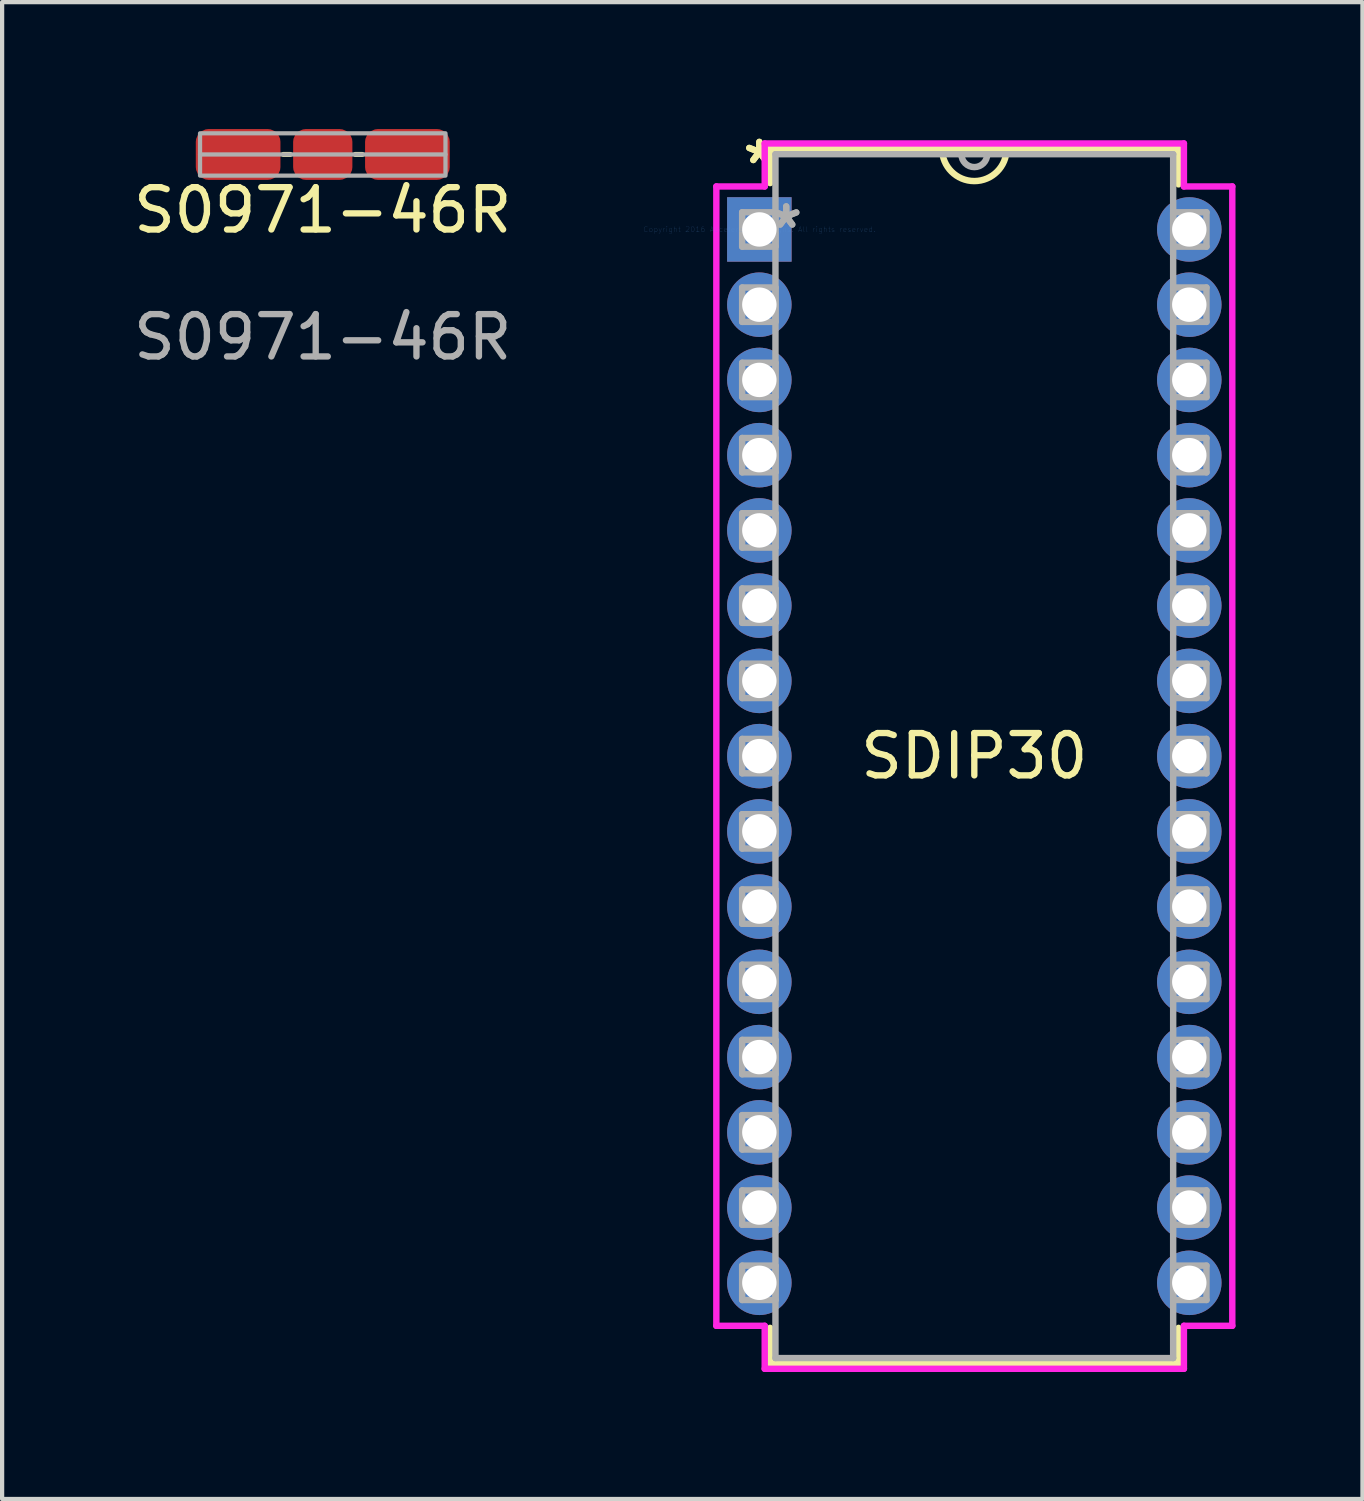
<source format=kicad_pcb>
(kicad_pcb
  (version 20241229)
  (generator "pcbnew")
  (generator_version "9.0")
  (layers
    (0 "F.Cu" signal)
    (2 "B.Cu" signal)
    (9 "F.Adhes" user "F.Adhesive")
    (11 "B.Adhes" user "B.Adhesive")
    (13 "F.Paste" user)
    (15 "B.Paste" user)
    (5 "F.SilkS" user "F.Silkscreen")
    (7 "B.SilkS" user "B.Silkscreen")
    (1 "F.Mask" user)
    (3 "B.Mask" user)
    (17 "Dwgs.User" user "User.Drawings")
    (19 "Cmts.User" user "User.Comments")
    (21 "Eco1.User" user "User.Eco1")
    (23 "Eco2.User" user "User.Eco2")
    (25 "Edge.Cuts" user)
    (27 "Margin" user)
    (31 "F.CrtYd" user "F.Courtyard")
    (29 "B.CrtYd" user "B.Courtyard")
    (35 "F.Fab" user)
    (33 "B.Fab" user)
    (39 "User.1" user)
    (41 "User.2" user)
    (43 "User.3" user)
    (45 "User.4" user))
  (footprint "SDIP30"
    (layer "F.Cu")
    (at 14.894 2.372)
    (property "Reference" "SDIP30" (at 5.08 12.446 0) (layer "F.SilkS") (effects (font (size 1 1) (thickness 0.15))))
    (attr through_hole)
    (fp_line (start 0.254 -1.905) (end 0.254 -1.095) (stroke (width 0.152) (type solid)) (layer "F.SilkS"))
    (fp_line (start 0.254 25.957) (end 0.254 26.797) (stroke (width 0.152) (type solid)) (layer "F.SilkS"))
    (fp_line (start 0.254 26.797) (end 9.906 26.797) (stroke (width 0.152) (type solid)) (layer "F.SilkS"))
    (fp_line (start 9.906 -1.905) (end 0.254 -1.905) (stroke (width 0.152) (type solid)) (layer "F.SilkS"))
    (fp_line (start 9.906 -1.065) (end 9.906 -1.905) (stroke (width 0.152) (type solid)) (layer "F.SilkS"))
    (fp_line (start 9.906 26.797) (end 9.906 25.957) (stroke (width 0.152) (type solid)) (layer "F.SilkS"))
    (fp_arc (start 5.842 -1.905) (mid 5.08 -1.143) (end 4.318 -1.905) (stroke (width 0.1524) (type solid)) (layer "F.SilkS"))
    (fp_line (start -1.016 -1.016) (end -1.016 25.908) (stroke (width 0.152) (type solid)) (layer "F.CrtYd"))
    (fp_line (start -1.016 25.908) (end 0.127 25.908) (stroke (width 0.152) (type solid)) (layer "F.CrtYd"))
    (fp_line (start 0.127 -2.032) (end 0.127 -1.016) (stroke (width 0.152) (type solid)) (layer "F.CrtYd"))
    (fp_line (start 0.127 -1.016) (end -1.016 -1.016) (stroke (width 0.152) (type solid)) (layer "F.CrtYd"))
    (fp_line (start 0.127 25.908) (end 0.127 26.924) (stroke (width 0.152) (type solid)) (layer "F.CrtYd"))
    (fp_line (start 0.127 26.924) (end 10.033 26.924) (stroke (width 0.152) (type solid)) (layer "F.CrtYd"))
    (fp_line (start 10.033 -2.032) (end 0.127 -2.032) (stroke (width 0.152) (type solid)) (layer "F.CrtYd"))
    (fp_line (start 10.033 -1.016) (end 10.033 -2.032) (stroke (width 0.152) (type solid)) (layer "F.CrtYd"))
    (fp_line (start 10.033 25.908) (end 11.176 25.908) (stroke (width 0.152) (type solid)) (layer "F.CrtYd"))
    (fp_line (start 10.033 26.924) (end 10.033 25.908) (stroke (width 0.152) (type solid)) (layer "F.CrtYd"))
    (fp_line (start 11.176 -1.016) (end 10.033 -1.016) (stroke (width 0.152) (type solid)) (layer "F.CrtYd"))
    (fp_line (start 11.176 25.908) (end 11.176 -1.016) (stroke (width 0.152) (type solid)) (layer "F.CrtYd"))
    (fp_line (start -0.406 -0.406) (end -0.406 0.406) (stroke (width 0.152) (type solid)) (layer "F.Fab"))
    (fp_line (start -0.406 0.406) (end 0.381 0.406) (stroke (width 0.152) (type solid)) (layer "F.Fab"))
    (fp_line (start -0.406 1.372) (end -0.406 2.184) (stroke (width 0.152) (type solid)) (layer "F.Fab"))
    (fp_line (start -0.406 2.184) (end 0.381 2.184) (stroke (width 0.152) (type solid)) (layer "F.Fab"))
    (fp_line (start -0.406 3.15) (end -0.406 3.962) (stroke (width 0.152) (type solid)) (layer "F.Fab"))
    (fp_line (start -0.406 3.962) (end 0.381 3.962) (stroke (width 0.152) (type solid)) (layer "F.Fab"))
    (fp_line (start -0.406 4.928) (end -0.406 5.74) (stroke (width 0.152) (type solid)) (layer "F.Fab"))
    (fp_line (start -0.406 5.74) (end 0.381 5.74) (stroke (width 0.152) (type solid)) (layer "F.Fab"))
    (fp_line (start -0.406 6.706) (end -0.406 7.518) (stroke (width 0.152) (type solid)) (layer "F.Fab"))
    (fp_line (start -0.406 7.518) (end 0.381 7.518) (stroke (width 0.152) (type solid)) (layer "F.Fab"))
    (fp_line (start -0.406 8.484) (end -0.406 9.296) (stroke (width 0.152) (type solid)) (layer "F.Fab"))
    (fp_line (start -0.406 9.296) (end 0.381 9.296) (stroke (width 0.152) (type solid)) (layer "F.Fab"))
    (fp_line (start -0.406 10.262) (end -0.406 11.074) (stroke (width 0.152) (type solid)) (layer "F.Fab"))
    (fp_line (start -0.406 11.074) (end 0.381 11.074) (stroke (width 0.152) (type solid)) (layer "F.Fab"))
    (fp_line (start -0.406 12.04) (end -0.406 12.852) (stroke (width 0.152) (type solid)) (layer "F.Fab"))
    (fp_line (start -0.406 12.852) (end 0.381 12.852) (stroke (width 0.152) (type solid)) (layer "F.Fab"))
    (fp_line (start -0.406 13.818) (end -0.406 14.63) (stroke (width 0.152) (type solid)) (layer "F.Fab"))
    (fp_line (start -0.406 14.63) (end 0.381 14.63) (stroke (width 0.152) (type solid)) (layer "F.Fab"))
    (fp_line (start -0.406 15.596) (end -0.406 16.408) (stroke (width 0.152) (type solid)) (layer "F.Fab"))
    (fp_line (start -0.406 16.408) (end 0.381 16.408) (stroke (width 0.152) (type solid)) (layer "F.Fab"))
    (fp_line (start -0.406 17.374) (end -0.406 18.186) (stroke (width 0.152) (type solid)) (layer "F.Fab"))
    (fp_line (start -0.406 18.186) (end 0.381 18.186) (stroke (width 0.152) (type solid)) (layer "F.Fab"))
    (fp_line (start -0.406 19.152) (end -0.406 19.964) (stroke (width 0.152) (type solid)) (layer "F.Fab"))
    (fp_line (start -0.406 19.964) (end 0.381 19.964) (stroke (width 0.152) (type solid)) (layer "F.Fab"))
    (fp_line (start -0.406 20.93) (end -0.406 21.742) (stroke (width 0.152) (type solid)) (layer "F.Fab"))
    (fp_line (start -0.406 21.742) (end 0.381 21.742) (stroke (width 0.152) (type solid)) (layer "F.Fab"))
    (fp_line (start -0.406 22.708) (end -0.406 23.52) (stroke (width 0.152) (type solid)) (layer "F.Fab"))
    (fp_line (start -0.406 23.52) (end 0.381 23.52) (stroke (width 0.152) (type solid)) (layer "F.Fab"))
    (fp_line (start -0.406 24.486) (end -0.406 25.298) (stroke (width 0.152) (type solid)) (layer "F.Fab"))
    (fp_line (start -0.406 25.298) (end 0.381 25.298) (stroke (width 0.152) (type solid)) (layer "F.Fab"))
    (fp_line (start 0.381 -1.778) (end 0.381 26.67) (stroke (width 0.152) (type solid)) (layer "F.Fab"))
    (fp_line (start 0.381 -0.406) (end -0.406 -0.406) (stroke (width 0.152) (type solid)) (layer "F.Fab"))
    (fp_line (start 0.381 0.406) (end 0.381 -0.406) (stroke (width 0.152) (type solid)) (layer "F.Fab"))
    (fp_line (start 0.381 1.372) (end -0.406 1.372) (stroke (width 0.152) (type solid)) (layer "F.Fab"))
    (fp_line (start 0.381 2.184) (end 0.381 1.372) (stroke (width 0.152) (type solid)) (layer "F.Fab"))
    (fp_line (start 0.381 3.15) (end -0.406 3.15) (stroke (width 0.152) (type solid)) (layer "F.Fab"))
    (fp_line (start 0.381 3.962) (end 0.381 3.15) (stroke (width 0.152) (type solid)) (layer "F.Fab"))
    (fp_line (start 0.381 4.928) (end -0.406 4.928) (stroke (width 0.152) (type solid)) (layer "F.Fab"))
    (fp_line (start 0.381 5.74) (end 0.381 4.928) (stroke (width 0.152) (type solid)) (layer "F.Fab"))
    (fp_line (start 0.381 6.706) (end -0.406 6.706) (stroke (width 0.152) (type solid)) (layer "F.Fab"))
    (fp_line (start 0.381 7.518) (end 0.381 6.706) (stroke (width 0.152) (type solid)) (layer "F.Fab"))
    (fp_line (start 0.381 8.484) (end -0.406 8.484) (stroke (width 0.152) (type solid)) (layer "F.Fab"))
    (fp_line (start 0.381 9.296) (end 0.381 8.484) (stroke (width 0.152) (type solid)) (layer "F.Fab"))
    (fp_line (start 0.381 10.262) (end -0.406 10.262) (stroke (width 0.152) (type solid)) (layer "F.Fab"))
    (fp_line (start 0.381 11.074) (end 0.381 10.262) (stroke (width 0.152) (type solid)) (layer "F.Fab"))
    (fp_line (start 0.381 12.04) (end -0.406 12.04) (stroke (width 0.152) (type solid)) (layer "F.Fab"))
    (fp_line (start 0.381 12.852) (end 0.381 12.04) (stroke (width 0.152) (type solid)) (layer "F.Fab"))
    (fp_line (start 0.381 13.818) (end -0.406 13.818) (stroke (width 0.152) (type solid)) (layer "F.Fab"))
    (fp_line (start 0.381 14.63) (end 0.381 13.818) (stroke (width 0.152) (type solid)) (layer "F.Fab"))
    (fp_line (start 0.381 15.596) (end -0.406 15.596) (stroke (width 0.152) (type solid)) (layer "F.Fab"))
    (fp_line (start 0.381 16.408) (end 0.381 15.596) (stroke (width 0.152) (type solid)) (layer "F.Fab"))
    (fp_line (start 0.381 17.374) (end -0.406 17.374) (stroke (width 0.152) (type solid)) (layer "F.Fab"))
    (fp_line (start 0.381 18.186) (end 0.381 17.374) (stroke (width 0.152) (type solid)) (layer "F.Fab"))
    (fp_line (start 0.381 19.152) (end -0.406 19.152) (stroke (width 0.152) (type solid)) (layer "F.Fab"))
    (fp_line (start 0.381 19.964) (end 0.381 19.152) (stroke (width 0.152) (type solid)) (layer "F.Fab"))
    (fp_line (start 0.381 20.93) (end -0.406 20.93) (stroke (width 0.152) (type solid)) (layer "F.Fab"))
    (fp_line (start 0.381 21.742) (end 0.381 20.93) (stroke (width 0.152) (type solid)) (layer "F.Fab"))
    (fp_line (start 0.381 22.708) (end -0.406 22.708) (stroke (width 0.152) (type solid)) (layer "F.Fab"))
    (fp_line (start 0.381 23.52) (end 0.381 22.708) (stroke (width 0.152) (type solid)) (layer "F.Fab"))
    (fp_line (start 0.381 24.486) (end -0.406 24.486) (stroke (width 0.152) (type solid)) (layer "F.Fab"))
    (fp_line (start 0.381 25.298) (end 0.381 24.486) (stroke (width 0.152) (type solid)) (layer "F.Fab"))
    (fp_line (start 0.381 26.67) (end 9.779 26.67) (stroke (width 0.152) (type solid)) (layer "F.Fab"))
    (fp_line (start 9.779 -1.778) (end 0.381 -1.778) (stroke (width 0.152) (type solid)) (layer "F.Fab"))
    (fp_line (start 9.779 -0.406) (end 9.779 0.406) (stroke (width 0.152) (type solid)) (layer "F.Fab"))
    (fp_line (start 9.779 0.406) (end 10.566 0.406) (stroke (width 0.152) (type solid)) (layer "F.Fab"))
    (fp_line (start 9.779 1.372) (end 9.779 2.184) (stroke (width 0.152) (type solid)) (layer "F.Fab"))
    (fp_line (start 9.779 2.184) (end 10.566 2.184) (stroke (width 0.152) (type solid)) (layer "F.Fab"))
    (fp_line (start 9.779 3.15) (end 9.779 3.962) (stroke (width 0.152) (type solid)) (layer "F.Fab"))
    (fp_line (start 9.779 3.962) (end 10.566 3.962) (stroke (width 0.152) (type solid)) (layer "F.Fab"))
    (fp_line (start 9.779 4.928) (end 9.779 5.74) (stroke (width 0.152) (type solid)) (layer "F.Fab"))
    (fp_line (start 9.779 5.74) (end 10.566 5.74) (stroke (width 0.152) (type solid)) (layer "F.Fab"))
    (fp_line (start 9.779 6.706) (end 9.779 7.518) (stroke (width 0.152) (type solid)) (layer "F.Fab"))
    (fp_line (start 9.779 7.518) (end 10.566 7.518) (stroke (width 0.152) (type solid)) (layer "F.Fab"))
    (fp_line (start 9.779 8.484) (end 9.779 9.296) (stroke (width 0.152) (type solid)) (layer "F.Fab"))
    (fp_line (start 9.779 9.296) (end 10.566 9.296) (stroke (width 0.152) (type solid)) (layer "F.Fab"))
    (fp_line (start 9.779 10.262) (end 9.779 11.074) (stroke (width 0.152) (type solid)) (layer "F.Fab"))
    (fp_line (start 9.779 11.074) (end 10.566 11.074) (stroke (width 0.152) (type solid)) (layer "F.Fab"))
    (fp_line (start 9.779 12.04) (end 9.779 12.852) (stroke (width 0.152) (type solid)) (layer "F.Fab"))
    (fp_line (start 9.779 12.852) (end 10.566 12.852) (stroke (width 0.152) (type solid)) (layer "F.Fab"))
    (fp_line (start 9.779 13.818) (end 9.779 14.63) (stroke (width 0.152) (type solid)) (layer "F.Fab"))
    (fp_line (start 9.779 14.63) (end 10.566 14.63) (stroke (width 0.152) (type solid)) (layer "F.Fab"))
    (fp_line (start 9.779 15.596) (end 9.779 16.408) (stroke (width 0.152) (type solid)) (layer "F.Fab"))
    (fp_line (start 9.779 16.408) (end 10.566 16.408) (stroke (width 0.152) (type solid)) (layer "F.Fab"))
    (fp_line (start 9.779 17.374) (end 9.779 18.186) (stroke (width 0.152) (type solid)) (layer "F.Fab"))
    (fp_line (start 9.779 18.186) (end 10.566 18.186) (stroke (width 0.152) (type solid)) (layer "F.Fab"))
    (fp_line (start 9.779 19.152) (end 9.779 19.964) (stroke (width 0.152) (type solid)) (layer "F.Fab"))
    (fp_line (start 9.779 19.964) (end 10.566 19.964) (stroke (width 0.152) (type solid)) (layer "F.Fab"))
    (fp_line (start 9.779 20.93) (end 9.779 21.742) (stroke (width 0.152) (type solid)) (layer "F.Fab"))
    (fp_line (start 9.779 21.742) (end 10.566 21.742) (stroke (width 0.152) (type solid)) (layer "F.Fab"))
    (fp_line (start 9.779 22.708) (end 9.779 23.52) (stroke (width 0.152) (type solid)) (layer "F.Fab"))
    (fp_line (start 9.779 23.52) (end 10.566 23.52) (stroke (width 0.152) (type solid)) (layer "F.Fab"))
    (fp_line (start 9.779 24.486) (end 9.779 25.298) (stroke (width 0.152) (type solid)) (layer "F.Fab"))
    (fp_line (start 9.779 25.298) (end 10.566 25.298) (stroke (width 0.152) (type solid)) (layer "F.Fab"))
    (fp_line (start 9.779 26.67) (end 9.779 -1.778) (stroke (width 0.152) (type solid)) (layer "F.Fab"))
    (fp_line (start 10.566 -0.406) (end 9.779 -0.406) (stroke (width 0.152) (type solid)) (layer "F.Fab"))
    (fp_line (start 10.566 0.406) (end 10.566 -0.406) (stroke (width 0.152) (type solid)) (layer "F.Fab"))
    (fp_line (start 10.566 1.372) (end 9.779 1.372) (stroke (width 0.152) (type solid)) (layer "F.Fab"))
    (fp_line (start 10.566 2.184) (end 10.566 1.372) (stroke (width 0.152) (type solid)) (layer "F.Fab"))
    (fp_line (start 10.566 3.15) (end 9.779 3.15) (stroke (width 0.152) (type solid)) (layer "F.Fab"))
    (fp_line (start 10.566 3.962) (end 10.566 3.15) (stroke (width 0.152) (type solid)) (layer "F.Fab"))
    (fp_line (start 10.566 4.928) (end 9.779 4.928) (stroke (width 0.152) (type solid)) (layer "F.Fab"))
    (fp_line (start 10.566 5.74) (end 10.566 4.928) (stroke (width 0.152) (type solid)) (layer "F.Fab"))
    (fp_line (start 10.566 6.706) (end 9.779 6.706) (stroke (width 0.152) (type solid)) (layer "F.Fab"))
    (fp_line (start 10.566 7.518) (end 10.566 6.706) (stroke (width 0.152) (type solid)) (layer "F.Fab"))
    (fp_line (start 10.566 8.484) (end 9.779 8.484) (stroke (width 0.152) (type solid)) (layer "F.Fab"))
    (fp_line (start 10.566 9.296) (end 10.566 8.484) (stroke (width 0.152) (type solid)) (layer "F.Fab"))
    (fp_line (start 10.566 10.262) (end 9.779 10.262) (stroke (width 0.152) (type solid)) (layer "F.Fab"))
    (fp_line (start 10.566 11.074) (end 10.566 10.262) (stroke (width 0.152) (type solid)) (layer "F.Fab"))
    (fp_line (start 10.566 12.04) (end 9.779 12.04) (stroke (width 0.152) (type solid)) (layer "F.Fab"))
    (fp_line (start 10.566 12.852) (end 10.566 12.04) (stroke (width 0.152) (type solid)) (layer "F.Fab"))
    (fp_line (start 10.566 13.818) (end 9.779 13.818) (stroke (width 0.152) (type solid)) (layer "F.Fab"))
    (fp_line (start 10.566 14.63) (end 10.566 13.818) (stroke (width 0.152) (type solid)) (layer "F.Fab"))
    (fp_line (start 10.566 15.596) (end 9.779 15.596) (stroke (width 0.152) (type solid)) (layer "F.Fab"))
    (fp_line (start 10.566 16.408) (end 10.566 15.596) (stroke (width 0.152) (type solid)) (layer "F.Fab"))
    (fp_line (start 10.566 17.374) (end 9.779 17.374) (stroke (width 0.152) (type solid)) (layer "F.Fab"))
    (fp_line (start 10.566 18.186) (end 10.566 17.374) (stroke (width 0.152) (type solid)) (layer "F.Fab"))
    (fp_line (start 10.566 19.152) (end 9.779 19.152) (stroke (width 0.152) (type solid)) (layer "F.Fab"))
    (fp_line (start 10.566 19.964) (end 10.566 19.152) (stroke (width 0.152) (type solid)) (layer "F.Fab"))
    (fp_line (start 10.566 20.93) (end 9.779 20.93) (stroke (width 0.152) (type solid)) (layer "F.Fab"))
    (fp_line (start 10.566 21.742) (end 10.566 20.93) (stroke (width 0.152) (type solid)) (layer "F.Fab"))
    (fp_line (start 10.566 22.708) (end 9.779 22.708) (stroke (width 0.152) (type solid)) (layer "F.Fab"))
    (fp_line (start 10.566 23.52) (end 10.566 22.708) (stroke (width 0.152) (type solid)) (layer "F.Fab"))
    (fp_line (start 10.566 24.486) (end 9.779 24.486) (stroke (width 0.152) (type solid)) (layer "F.Fab"))
    (fp_line (start 10.566 25.298) (end 10.566 24.486) (stroke (width 0.152) (type solid)) (layer "F.Fab"))
    (fp_arc (start 5.3848 -1.778) (mid 5.08 -1.4732) (end 4.7752 -1.778) (stroke (width 0.1524) (type solid)) (layer "F.Fab"))
    (fp_text user "*" (at 0 -1.524 0) (layer "F.SilkS") (effects (font (size 1 1) (thickness 0.15))))
    (fp_text user "*" (at 0 -1.524 0) (layer "F.SilkS") (effects (font (size 1 1) (thickness 0.15))))
    (fp_text user "Copyright 2016 Accelerated Designs. All rights reserved." (at 0 0 0) (layer "Cmts.User") (effects (font (size 0.127 0.127) (thickness 0.002))))
    (fp_text user "*" (at 0.635 0 0) (layer "F.Fab") (effects (font (size 1 1) (thickness 0.15))))
    (fp_text user "*" (at 0.635 0 0) (layer "F.Fab") (effects (font (size 1 1) (thickness 0.15))))
    (pad "1" thru_hole rect (at 0 0) (size 1.524 1.524) (drill 0.813) (layers "*.Cu" "*.Mask"))
    (pad "2" thru_hole circle (at 0 1.778) (size 1.524 1.524) (drill 0.813) (layers "*.Cu" "*.Mask"))
    (pad "3" thru_hole circle (at 0 3.556) (size 1.524 1.524) (drill 0.813) (layers "*.Cu" "*.Mask"))
    (pad "4" thru_hole circle (at 0 5.334) (size 1.524 1.524) (drill 0.813) (layers "*.Cu" "*.Mask"))
    (pad "5" thru_hole circle (at 0 7.112) (size 1.524 1.524) (drill 0.813) (layers "*.Cu" "*.Mask"))
    (pad "6" thru_hole circle (at 0 8.89) (size 1.524 1.524) (drill 0.813) (layers "*.Cu" "*.Mask"))
    (pad "7" thru_hole circle (at 0 10.668) (size 1.524 1.524) (drill 0.813) (layers "*.Cu" "*.Mask"))
    (pad "8" thru_hole circle (at 0 12.446) (size 1.524 1.524) (drill 0.813) (layers "*.Cu" "*.Mask"))
    (pad "9" thru_hole circle (at 0 14.224) (size 1.524 1.524) (drill 0.813) (layers "*.Cu" "*.Mask"))
    (pad "10" thru_hole circle (at 0 16.002) (size 1.524 1.524) (drill 0.813) (layers "*.Cu" "*.Mask"))
    (pad "11" thru_hole circle (at 0 17.78) (size 1.524 1.524) (drill 0.813) (layers "*.Cu" "*.Mask"))
    (pad "12" thru_hole circle (at 0 19.558) (size 1.524 1.524) (drill 0.813) (layers "*.Cu" "*.Mask"))
    (pad "13" thru_hole circle (at 0 21.336) (size 1.524 1.524) (drill 0.813) (layers "*.Cu" "*.Mask"))
    (pad "14" thru_hole circle (at 0 23.114) (size 1.524 1.524) (drill 0.813) (layers "*.Cu" "*.Mask"))
    (pad "15" thru_hole circle (at 0 24.892) (size 1.524 1.524) (drill 0.813) (layers "*.Cu" "*.Mask"))
    (pad "16" thru_hole circle (at 10.16 24.892) (size 1.524 1.524) (drill 0.813) (layers "*.Cu" "*.Mask"))
    (pad "17" thru_hole circle (at 10.16 23.114) (size 1.524 1.524) (drill 0.813) (layers "*.Cu" "*.Mask"))
    (pad "18" thru_hole circle (at 10.16 21.336) (size 1.524 1.524) (drill 0.813) (layers "*.Cu" "*.Mask"))
    (pad "19" thru_hole circle (at 10.16 19.558) (size 1.524 1.524) (drill 0.813) (layers "*.Cu" "*.Mask"))
    (pad "20" thru_hole circle (at 10.16 17.78) (size 1.524 1.524) (drill 0.813) (layers "*.Cu" "*.Mask"))
    (pad "21" thru_hole circle (at 10.16 16.002) (size 1.524 1.524) (drill 0.813) (layers "*.Cu" "*.Mask"))
    (pad "22" thru_hole circle (at 10.16 14.224) (size 1.524 1.524) (drill 0.813) (layers "*.Cu" "*.Mask"))
    (pad "23" thru_hole circle (at 10.16 12.446) (size 1.524 1.524) (drill 0.813) (layers "*.Cu" "*.Mask"))
    (pad "24" thru_hole circle (at 10.16 10.668) (size 1.524 1.524) (drill 0.813) (layers "*.Cu" "*.Mask"))
    (pad "25" thru_hole circle (at 10.16 8.89) (size 1.524 1.524) (drill 0.813) (layers "*.Cu" "*.Mask"))
    (pad "26" thru_hole circle (at 10.16 7.112) (size 1.524 1.524) (drill 0.813) (layers "*.Cu" "*.Mask"))
    (pad "27" thru_hole circle (at 10.16 5.334) (size 1.524 1.524) (drill 0.813) (layers "*.Cu" "*.Mask"))
    (pad "28" thru_hole circle (at 10.16 3.556) (size 1.524 1.524) (drill 0.813) (layers "*.Cu" "*.Mask"))
    (pad "29" thru_hole circle (at 10.16 1.778) (size 1.524 1.524) (drill 0.813) (layers "*.Cu" "*.Mask"))
    (pad "30" thru_hole circle (at 10.16 0) (size 1.524 1.524) (drill 0.813) (layers "*.Cu" "*.Mask")))
  (footprint "S0971-46R"
    (layer "F.Cu")
    (at 4.577 0.6)
    (property "Reference" "S0971-46R" (at 0 1.318 0) (unlocked yes) (layer "F.SilkS") (effects (font (size 1 1) (thickness 0.15))))
    (attr smd)
    (fp_line (start -0.93 0) (end -0.77 0) (stroke (width 0.12) (type solid)) (layer "F.SilkS"))
    (fp_line (start 0.77 0) (end 0.93 0) (stroke (width 0.12) (type solid)) (layer "F.SilkS"))
    (fp_line (start -2.9 0) (end 2.9 0) (stroke (width 0.1) (type solid)) (layer "F.Fab"))
    (fp_rect (start -2.9 -0.5) (end 2.9 0.5) (stroke (width 0.1) (type solid)) (fill no) (layer "F.Fab"))
    (fp_text user "${REFERENCE}" (at 0 4.318 0) (unlocked yes) (layer "F.Fab") (effects (font (size 1 1) (thickness 0.15))))
    (pad "1" smd roundrect (at -2 0) (size 2 1.2) (layers "F.Cu" "F.Mask" "F.Paste") (roundrect_rratio 0.25))
    (pad "1" smd roundrect (at 0 0) (size 1.4 1.2) (layers "F.Cu" "F.Mask" "F.Paste") (roundrect_rratio 0.25))
    (pad "1" smd roundrect (at 2 0) (size 2 1.2) (layers "F.Cu" "F.Mask" "F.Paste") (roundrect_rratio 0.25)))
  (gr_rect
    (start -3 -3)
    (end 29.146 32.372)
    (stroke (width 0.1) (type default))
    (fill no)
    (layer "Edge.Cuts")))
</source>
